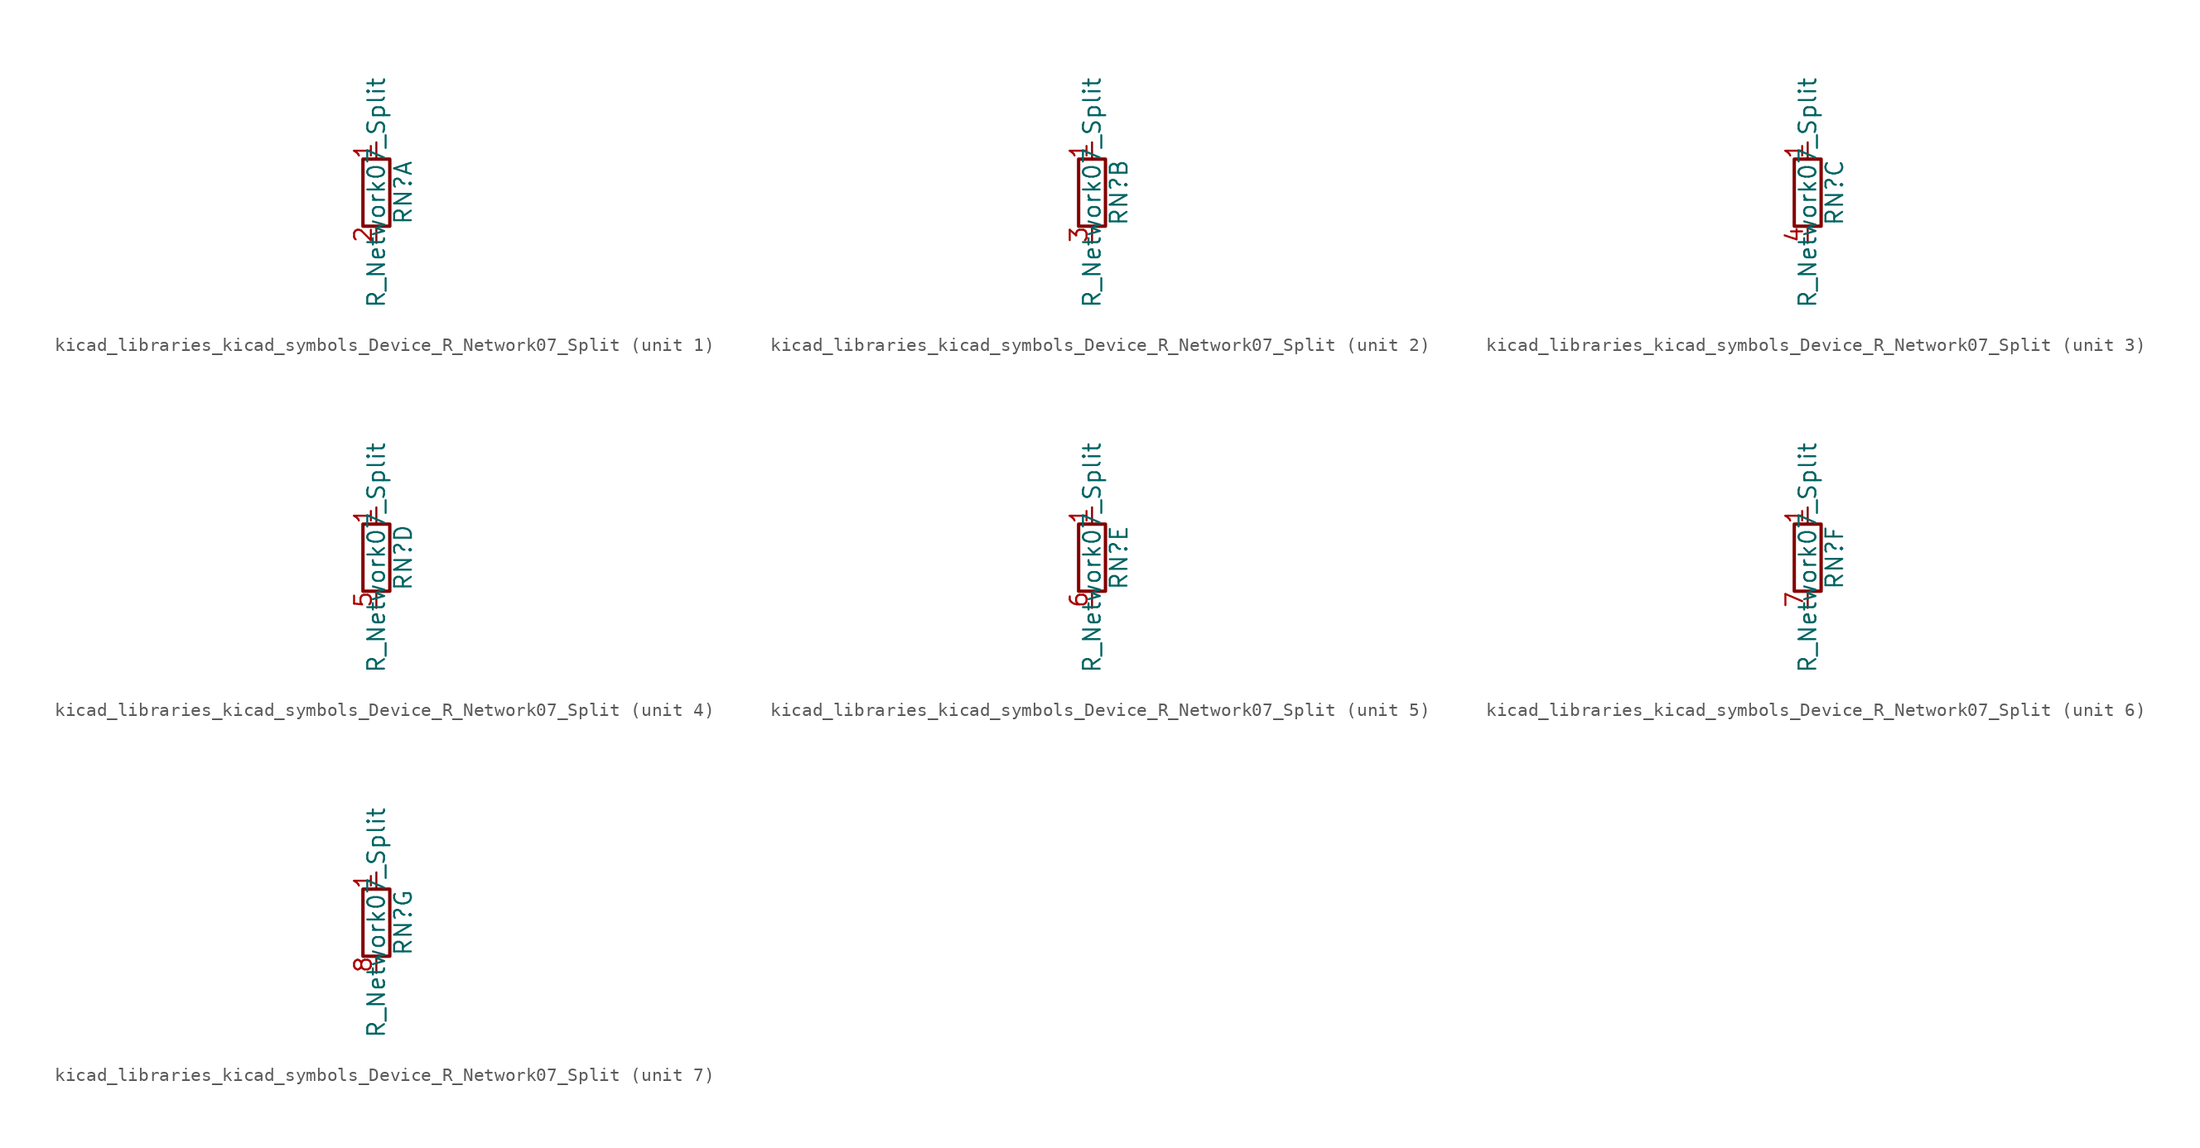
<source format=kicad_sym>
(kicad_symbol_lib
  (version 20220914)
  (generator kicad_symbol_editor)
  (symbol "kicad_libraries_kicad_symbols_Device_R_Network07_Split"
    (pin_names
      (offset 0) hide)
    (property "Reference" "RN"
      (at 2.032 0 90)
      (effects (font (size 1.27 1.27))))
    (property "Value" "R_Network07_Split"
      (at 0 0 90)
      (effects (font (size 1.27 1.27))))
    (symbol "kicad_libraries_kicad_symbols_Device_R_Network07_Split_0_1"
      (rectangle (start 1.016 2.54) (end -1.016 -2.54) (stroke (width 0.254) (type default)) (fill (type none)))
      (pin passive line (at 0 3.81 270) (length 1.27) (name "R1" (effects (font (size 1.27 1.27)))) (number "1" (effects (font (size 1.27 1.27))))))
    (symbol "kicad_libraries_kicad_symbols_Device_R_Network07_Split_1_1"
      (pin passive line (at 0 -3.81 90) (length 1.27) (name "R1.2" (effects (font (size 1.27 1.27)))) (number "2" (effects (font (size 1.27 1.27))))))
    (symbol "kicad_libraries_kicad_symbols_Device_R_Network07_Split_2_1"
      (pin passive line (at 0 -3.81 90) (length 1.27) (name "R2.2" (effects (font (size 1.27 1.27)))) (number "3" (effects (font (size 1.27 1.27))))))
    (symbol "kicad_libraries_kicad_symbols_Device_R_Network07_Split_3_1"
      (pin passive line (at 0 -3.81 90) (length 1.27) (name "R3.2" (effects (font (size 1.27 1.27)))) (number "4" (effects (font (size 1.27 1.27))))))
    (symbol "kicad_libraries_kicad_symbols_Device_R_Network07_Split_4_1"
      (pin passive line (at 0 -3.81 90) (length 1.27) (name "R4.2" (effects (font (size 1.27 1.27)))) (number "5" (effects (font (size 1.27 1.27))))))
    (symbol "kicad_libraries_kicad_symbols_Device_R_Network07_Split_5_1"
      (pin passive line (at 0 -3.81 90) (length 1.27) (name "R5.2" (effects (font (size 1.27 1.27)))) (number "6" (effects (font (size 1.27 1.27))))))
    (symbol "kicad_libraries_kicad_symbols_Device_R_Network07_Split_6_1"
      (pin passive line (at 0 -3.81 90) (length 1.27) (name "R6.2" (effects (font (size 1.27 1.27)))) (number "7" (effects (font (size 1.27 1.27))))))
    (symbol "kicad_libraries_kicad_symbols_Device_R_Network07_Split_7_1"
      (pin passive line (at 0 -3.81 90) (length 1.27) (name "R7.2" (effects (font (size 1.27 1.27)))) (number "8" (effects (font (size 1.27 1.27))))))))
</source>
